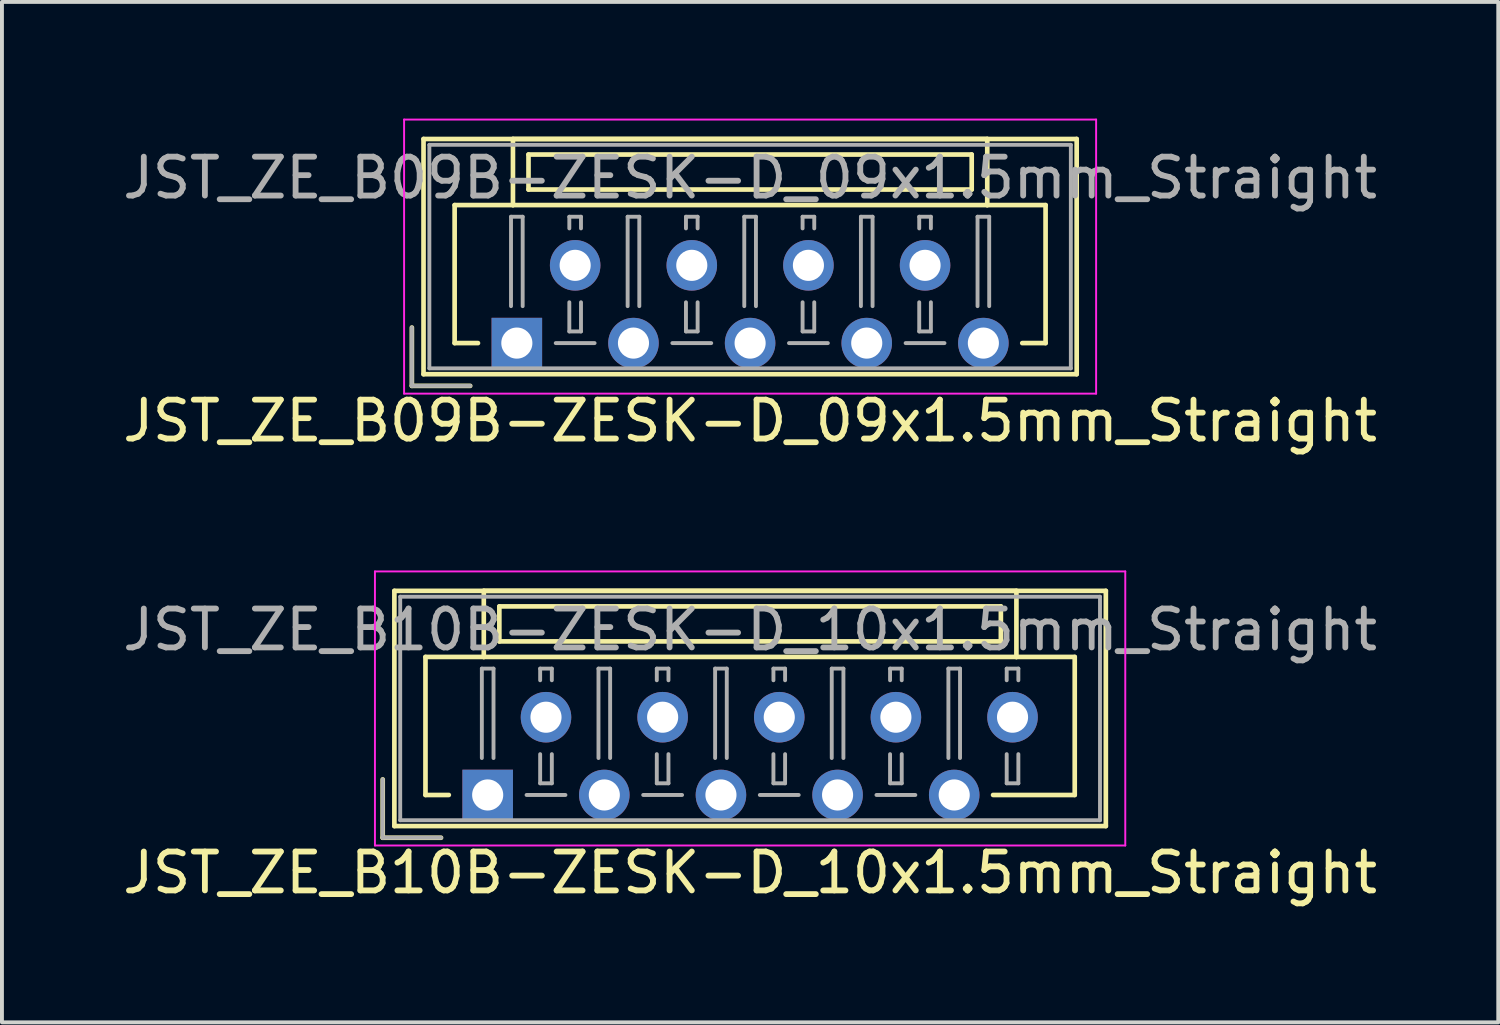
<source format=kicad_pcb>
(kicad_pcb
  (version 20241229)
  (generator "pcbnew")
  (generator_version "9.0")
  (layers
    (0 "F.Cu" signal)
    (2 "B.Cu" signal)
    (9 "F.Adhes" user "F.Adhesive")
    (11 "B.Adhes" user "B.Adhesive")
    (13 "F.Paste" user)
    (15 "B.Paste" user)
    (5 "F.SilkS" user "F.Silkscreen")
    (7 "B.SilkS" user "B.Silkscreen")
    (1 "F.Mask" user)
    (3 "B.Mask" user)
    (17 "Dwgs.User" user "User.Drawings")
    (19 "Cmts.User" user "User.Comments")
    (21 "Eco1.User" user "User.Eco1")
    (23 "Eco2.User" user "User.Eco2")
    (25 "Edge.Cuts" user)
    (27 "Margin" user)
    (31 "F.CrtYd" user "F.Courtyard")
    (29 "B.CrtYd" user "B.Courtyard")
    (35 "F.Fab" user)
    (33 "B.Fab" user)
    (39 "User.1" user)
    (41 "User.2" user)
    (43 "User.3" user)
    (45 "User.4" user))
  (footprint "JST_ZE_B10B-ZESK-D_10x1.5mm_Straight"
    (layer "F.Cu")
    (at 9.494 17.398)
    (property "Reference" "JST_ZE_B10B-ZESK-D_10x1.5mm_Straight" (at 6.75 2 0) (layer "F.SilkS") (effects (font (size 1 1) (thickness 0.15))))
    (attr through_hole)
    (fp_line (start -2.7 -0.4) (end -2.7 1.1) (stroke (width 0.12) (type solid)) (layer "F.SilkS"))
    (fp_line (start -2.7 1.1) (end -1.2 1.1) (stroke (width 0.12) (type solid)) (layer "F.SilkS"))
    (fp_line (start -2.4 -5.25) (end -2.4 0.8) (stroke (width 0.12) (type solid)) (layer "F.SilkS"))
    (fp_line (start -2.4 0.8) (end 15.9 0.8) (stroke (width 0.12) (type solid)) (layer "F.SilkS"))
    (fp_line (start -1.6 -3.55) (end -1.6 0) (stroke (width 0.12) (type solid)) (layer "F.SilkS"))
    (fp_line (start -1.6 0) (end -1 0) (stroke (width 0.12) (type solid)) (layer "F.SilkS"))
    (fp_line (start -0.1 -5.25) (end -0.1 -3.55) (stroke (width 0.12) (type solid)) (layer "F.SilkS"))
    (fp_line (start -0.1 -3.55) (end -1.6 -3.55) (stroke (width 0.12) (type solid)) (layer "F.SilkS"))
    (fp_line (start -0.1 -3.55) (end 13.6 -3.55) (stroke (width 0.12) (type solid)) (layer "F.SilkS"))
    (fp_line (start 0.3 -4.85) (end 0.3 -3.95) (stroke (width 0.12) (type solid)) (layer "F.SilkS"))
    (fp_line (start 0.3 -3.95) (end 13.2 -3.95) (stroke (width 0.12) (type solid)) (layer "F.SilkS"))
    (fp_line (start 13.2 -4.85) (end 0.3 -4.85) (stroke (width 0.12) (type solid)) (layer "F.SilkS"))
    (fp_line (start 13.2 -3.95) (end 13.2 -4.85) (stroke (width 0.12) (type solid)) (layer "F.SilkS"))
    (fp_line (start 13.6 -5.25) (end -0.1 -5.25) (stroke (width 0.12) (type solid)) (layer "F.SilkS"))
    (fp_line (start 13.6 -3.55) (end 13.6 -5.25) (stroke (width 0.12) (type solid)) (layer "F.SilkS"))
    (fp_line (start 13.6 -3.55) (end 15.1 -3.55) (stroke (width 0.12) (type solid)) (layer "F.SilkS"))
    (fp_line (start 15.1 -3.55) (end 15.1 0) (stroke (width 0.12) (type solid)) (layer "F.SilkS"))
    (fp_line (start 15.1 0) (end 13 0) (stroke (width 0.12) (type solid)) (layer "F.SilkS"))
    (fp_line (start 15.9 -5.25) (end -2.4 -5.25) (stroke (width 0.12) (type solid)) (layer "F.SilkS"))
    (fp_line (start 15.9 0.8) (end 15.9 -5.25) (stroke (width 0.12) (type solid)) (layer "F.SilkS"))
    (fp_line (start -2.9 -5.75) (end -2.9 1.3) (stroke (width 0.05) (type solid)) (layer "F.CrtYd"))
    (fp_line (start -2.9 1.3) (end 16.4 1.3) (stroke (width 0.05) (type solid)) (layer "F.CrtYd"))
    (fp_line (start 16.4 -5.75) (end -2.9 -5.75) (stroke (width 0.05) (type solid)) (layer "F.CrtYd"))
    (fp_line (start 16.4 1.3) (end 16.4 -5.75) (stroke (width 0.05) (type solid)) (layer "F.CrtYd"))
    (fp_line (start -2.7 -0.4) (end -2.7 1.1) (stroke (width 0.1) (type solid)) (layer "F.Fab"))
    (fp_line (start -2.7 1.1) (end -1.2 1.1) (stroke (width 0.1) (type solid)) (layer "F.Fab"))
    (fp_line (start -2.25 -5.1) (end -2.25 0.65) (stroke (width 0.1) (type solid)) (layer "F.Fab"))
    (fp_line (start -2.25 0.65) (end 15.75 0.65) (stroke (width 0.1) (type solid)) (layer "F.Fab"))
    (fp_line (start -0.15 -3.25) (end 0.15 -3.25) (stroke (width 0.1) (type solid)) (layer "F.Fab"))
    (fp_line (start -0.15 -0.95) (end -0.15 -3.25) (stroke (width 0.1) (type solid)) (layer "F.Fab"))
    (fp_line (start 0.15 -3.25) (end 0.15 -0.95) (stroke (width 0.1) (type solid)) (layer "F.Fab"))
    (fp_line (start 1 0) (end 2 0) (stroke (width 0.1) (type solid)) (layer "F.Fab"))
    (fp_line (start 1.35 -3.25) (end 1.65 -3.25) (stroke (width 0.1) (type solid)) (layer "F.Fab"))
    (fp_line (start 1.35 -2.95) (end 1.35 -3.25) (stroke (width 0.1) (type solid)) (layer "F.Fab"))
    (fp_line (start 1.35 -1.05) (end 1.35 -0.3) (stroke (width 0.1) (type solid)) (layer "F.Fab"))
    (fp_line (start 1.35 -0.3) (end 1.65 -0.3) (stroke (width 0.1) (type solid)) (layer "F.Fab"))
    (fp_line (start 1.65 -3.25) (end 1.65 -2.95) (stroke (width 0.1) (type solid)) (layer "F.Fab"))
    (fp_line (start 1.65 -0.3) (end 1.65 -1.05) (stroke (width 0.1) (type solid)) (layer "F.Fab"))
    (fp_line (start 2.85 -3.25) (end 3.15 -3.25) (stroke (width 0.1) (type solid)) (layer "F.Fab"))
    (fp_line (start 2.85 -0.95) (end 2.85 -3.25) (stroke (width 0.1) (type solid)) (layer "F.Fab"))
    (fp_line (start 3.15 -3.25) (end 3.15 -0.95) (stroke (width 0.1) (type solid)) (layer "F.Fab"))
    (fp_line (start 4 0) (end 5 0) (stroke (width 0.1) (type solid)) (layer "F.Fab"))
    (fp_line (start 4.35 -3.25) (end 4.65 -3.25) (stroke (width 0.1) (type solid)) (layer "F.Fab"))
    (fp_line (start 4.35 -2.95) (end 4.35 -3.25) (stroke (width 0.1) (type solid)) (layer "F.Fab"))
    (fp_line (start 4.35 -1.05) (end 4.35 -0.3) (stroke (width 0.1) (type solid)) (layer "F.Fab"))
    (fp_line (start 4.35 -0.3) (end 4.65 -0.3) (stroke (width 0.1) (type solid)) (layer "F.Fab"))
    (fp_line (start 4.65 -3.25) (end 4.65 -2.95) (stroke (width 0.1) (type solid)) (layer "F.Fab"))
    (fp_line (start 4.65 -0.3) (end 4.65 -1.05) (stroke (width 0.1) (type solid)) (layer "F.Fab"))
    (fp_line (start 5.85 -3.25) (end 6.15 -3.25) (stroke (width 0.1) (type solid)) (layer "F.Fab"))
    (fp_line (start 5.85 -0.95) (end 5.85 -3.25) (stroke (width 0.1) (type solid)) (layer "F.Fab"))
    (fp_line (start 6.15 -3.25) (end 6.15 -0.95) (stroke (width 0.1) (type solid)) (layer "F.Fab"))
    (fp_line (start 7 0) (end 8 0) (stroke (width 0.1) (type solid)) (layer "F.Fab"))
    (fp_line (start 7.35 -3.25) (end 7.65 -3.25) (stroke (width 0.1) (type solid)) (layer "F.Fab"))
    (fp_line (start 7.35 -2.95) (end 7.35 -3.25) (stroke (width 0.1) (type solid)) (layer "F.Fab"))
    (fp_line (start 7.35 -1.05) (end 7.35 -0.3) (stroke (width 0.1) (type solid)) (layer "F.Fab"))
    (fp_line (start 7.35 -0.3) (end 7.65 -0.3) (stroke (width 0.1) (type solid)) (layer "F.Fab"))
    (fp_line (start 7.65 -3.25) (end 7.65 -2.95) (stroke (width 0.1) (type solid)) (layer "F.Fab"))
    (fp_line (start 7.65 -0.3) (end 7.65 -1.05) (stroke (width 0.1) (type solid)) (layer "F.Fab"))
    (fp_line (start 8.85 -3.25) (end 9.15 -3.25) (stroke (width 0.1) (type solid)) (layer "F.Fab"))
    (fp_line (start 8.85 -0.95) (end 8.85 -3.25) (stroke (width 0.1) (type solid)) (layer "F.Fab"))
    (fp_line (start 9.15 -3.25) (end 9.15 -0.95) (stroke (width 0.1) (type solid)) (layer "F.Fab"))
    (fp_line (start 10 0) (end 11 0) (stroke (width 0.1) (type solid)) (layer "F.Fab"))
    (fp_line (start 10.35 -3.25) (end 10.65 -3.25) (stroke (width 0.1) (type solid)) (layer "F.Fab"))
    (fp_line (start 10.35 -2.95) (end 10.35 -3.25) (stroke (width 0.1) (type solid)) (layer "F.Fab"))
    (fp_line (start 10.35 -1.05) (end 10.35 -0.3) (stroke (width 0.1) (type solid)) (layer "F.Fab"))
    (fp_line (start 10.35 -0.3) (end 10.65 -0.3) (stroke (width 0.1) (type solid)) (layer "F.Fab"))
    (fp_line (start 10.65 -3.25) (end 10.65 -2.95) (stroke (width 0.1) (type solid)) (layer "F.Fab"))
    (fp_line (start 10.65 -0.3) (end 10.65 -1.05) (stroke (width 0.1) (type solid)) (layer "F.Fab"))
    (fp_line (start 11.85 -3.25) (end 12.15 -3.25) (stroke (width 0.1) (type solid)) (layer "F.Fab"))
    (fp_line (start 11.85 -0.95) (end 11.85 -3.25) (stroke (width 0.1) (type solid)) (layer "F.Fab"))
    (fp_line (start 12.15 -3.25) (end 12.15 -0.95) (stroke (width 0.1) (type solid)) (layer "F.Fab"))
    (fp_line (start 13.35 -3.25) (end 13.65 -3.25) (stroke (width 0.1) (type solid)) (layer "F.Fab"))
    (fp_line (start 13.35 -2.95) (end 13.35 -3.25) (stroke (width 0.1) (type solid)) (layer "F.Fab"))
    (fp_line (start 13.35 -1.05) (end 13.35 -0.3) (stroke (width 0.1) (type solid)) (layer "F.Fab"))
    (fp_line (start 13.35 -0.3) (end 13.65 -0.3) (stroke (width 0.1) (type solid)) (layer "F.Fab"))
    (fp_line (start 13.65 -3.25) (end 13.65 -2.95) (stroke (width 0.1) (type solid)) (layer "F.Fab"))
    (fp_line (start 13.65 -0.3) (end 13.65 -1.05) (stroke (width 0.1) (type solid)) (layer "F.Fab"))
    (fp_line (start 15.75 -5.1) (end -2.25 -5.1) (stroke (width 0.1) (type solid)) (layer "F.Fab"))
    (fp_line (start 15.75 0.65) (end 15.75 -5.1) (stroke (width 0.1) (type solid)) (layer "F.Fab"))
    (fp_text user "${REFERENCE}" (at 6.75 -4.25 0) (layer "F.Fab") (effects (font (size 1 1) (thickness 0.15))))
    (pad "1" thru_hole rect (at 0 0) (size 1.3 1.3) (drill 0.8) (layers "*.Cu" "*.Mask"))
    (pad "2" thru_hole circle (at 1.5 -2) (size 1.3 1.3) (drill 0.8) (layers "*.Cu" "*.Mask"))
    (pad "3" thru_hole circle (at 3 0) (size 1.3 1.3) (drill 0.8) (layers "*.Cu" "*.Mask"))
    (pad "4" thru_hole circle (at 4.5 -2) (size 1.3 1.3) (drill 0.8) (layers "*.Cu" "*.Mask"))
    (pad "5" thru_hole circle (at 6 0) (size 1.3 1.3) (drill 0.8) (layers "*.Cu" "*.Mask"))
    (pad "6" thru_hole circle (at 7.5 -2) (size 1.3 1.3) (drill 0.8) (layers "*.Cu" "*.Mask"))
    (pad "7" thru_hole circle (at 9 0) (size 1.3 1.3) (drill 0.8) (layers "*.Cu" "*.Mask"))
    (pad "8" thru_hole circle (at 10.5 -2) (size 1.3 1.3) (drill 0.8) (layers "*.Cu" "*.Mask"))
    (pad "9" thru_hole circle (at 12 0) (size 1.3 1.3) (drill 0.8) (layers "*.Cu" "*.Mask"))
    (pad "10" thru_hole circle (at 13.5 -2) (size 1.3 1.3) (drill 0.8) (layers "*.Cu" "*.Mask")))
  (footprint "JST_ZE_B09B-ZESK-D_09x1.5mm_Straight"
    (layer "F.Cu")
    (at 10.244 5.775)
    (property "Reference" "JST_ZE_B09B-ZESK-D_09x1.5mm_Straight" (at 6 2 0) (layer "F.SilkS") (effects (font (size 1 1) (thickness 0.15))))
    (attr through_hole)
    (fp_line (start -2.7 -0.4) (end -2.7 1.1) (stroke (width 0.12) (type solid)) (layer "F.SilkS"))
    (fp_line (start -2.7 1.1) (end -1.2 1.1) (stroke (width 0.12) (type solid)) (layer "F.SilkS"))
    (fp_line (start -2.4 -5.25) (end -2.4 0.8) (stroke (width 0.12) (type solid)) (layer "F.SilkS"))
    (fp_line (start -2.4 0.8) (end 14.4 0.8) (stroke (width 0.12) (type solid)) (layer "F.SilkS"))
    (fp_line (start -1.6 -3.55) (end -1.6 0) (stroke (width 0.12) (type solid)) (layer "F.SilkS"))
    (fp_line (start -1.6 0) (end -1 0) (stroke (width 0.12) (type solid)) (layer "F.SilkS"))
    (fp_line (start -0.1 -5.25) (end -0.1 -3.55) (stroke (width 0.12) (type solid)) (layer "F.SilkS"))
    (fp_line (start -0.1 -3.55) (end -1.6 -3.55) (stroke (width 0.12) (type solid)) (layer "F.SilkS"))
    (fp_line (start -0.1 -3.55) (end 12.1 -3.55) (stroke (width 0.12) (type solid)) (layer "F.SilkS"))
    (fp_line (start 0.3 -4.85) (end 0.3 -3.95) (stroke (width 0.12) (type solid)) (layer "F.SilkS"))
    (fp_line (start 0.3 -3.95) (end 11.7 -3.95) (stroke (width 0.12) (type solid)) (layer "F.SilkS"))
    (fp_line (start 11.7 -4.85) (end 0.3 -4.85) (stroke (width 0.12) (type solid)) (layer "F.SilkS"))
    (fp_line (start 11.7 -3.95) (end 11.7 -4.85) (stroke (width 0.12) (type solid)) (layer "F.SilkS"))
    (fp_line (start 12.1 -5.25) (end -0.1 -5.25) (stroke (width 0.12) (type solid)) (layer "F.SilkS"))
    (fp_line (start 12.1 -3.55) (end 12.1 -5.25) (stroke (width 0.12) (type solid)) (layer "F.SilkS"))
    (fp_line (start 12.1 -3.55) (end 13.6 -3.55) (stroke (width 0.12) (type solid)) (layer "F.SilkS"))
    (fp_line (start 13.6 -3.55) (end 13.6 0) (stroke (width 0.12) (type solid)) (layer "F.SilkS"))
    (fp_line (start 13.6 0) (end 13 0) (stroke (width 0.12) (type solid)) (layer "F.SilkS"))
    (fp_line (start 14.4 -5.25) (end -2.4 -5.25) (stroke (width 0.12) (type solid)) (layer "F.SilkS"))
    (fp_line (start 14.4 0.8) (end 14.4 -5.25) (stroke (width 0.12) (type solid)) (layer "F.SilkS"))
    (fp_line (start -2.9 -5.75) (end -2.9 1.3) (stroke (width 0.05) (type solid)) (layer "F.CrtYd"))
    (fp_line (start -2.9 1.3) (end 14.9 1.3) (stroke (width 0.05) (type solid)) (layer "F.CrtYd"))
    (fp_line (start 14.9 -5.75) (end -2.9 -5.75) (stroke (width 0.05) (type solid)) (layer "F.CrtYd"))
    (fp_line (start 14.9 1.3) (end 14.9 -5.75) (stroke (width 0.05) (type solid)) (layer "F.CrtYd"))
    (fp_line (start -2.7 -0.4) (end -2.7 1.1) (stroke (width 0.1) (type solid)) (layer "F.Fab"))
    (fp_line (start -2.7 1.1) (end -1.2 1.1) (stroke (width 0.1) (type solid)) (layer "F.Fab"))
    (fp_line (start -2.25 -5.1) (end -2.25 0.65) (stroke (width 0.1) (type solid)) (layer "F.Fab"))
    (fp_line (start -2.25 0.65) (end 14.25 0.65) (stroke (width 0.1) (type solid)) (layer "F.Fab"))
    (fp_line (start -0.15 -3.25) (end 0.15 -3.25) (stroke (width 0.1) (type solid)) (layer "F.Fab"))
    (fp_line (start -0.15 -0.95) (end -0.15 -3.25) (stroke (width 0.1) (type solid)) (layer "F.Fab"))
    (fp_line (start 0.15 -3.25) (end 0.15 -0.95) (stroke (width 0.1) (type solid)) (layer "F.Fab"))
    (fp_line (start 1 0) (end 2 0) (stroke (width 0.1) (type solid)) (layer "F.Fab"))
    (fp_line (start 1.35 -3.25) (end 1.65 -3.25) (stroke (width 0.1) (type solid)) (layer "F.Fab"))
    (fp_line (start 1.35 -2.95) (end 1.35 -3.25) (stroke (width 0.1) (type solid)) (layer "F.Fab"))
    (fp_line (start 1.35 -1.05) (end 1.35 -0.3) (stroke (width 0.1) (type solid)) (layer "F.Fab"))
    (fp_line (start 1.35 -0.3) (end 1.65 -0.3) (stroke (width 0.1) (type solid)) (layer "F.Fab"))
    (fp_line (start 1.65 -3.25) (end 1.65 -2.95) (stroke (width 0.1) (type solid)) (layer "F.Fab"))
    (fp_line (start 1.65 -0.3) (end 1.65 -1.05) (stroke (width 0.1) (type solid)) (layer "F.Fab"))
    (fp_line (start 2.85 -3.25) (end 3.15 -3.25) (stroke (width 0.1) (type solid)) (layer "F.Fab"))
    (fp_line (start 2.85 -0.95) (end 2.85 -3.25) (stroke (width 0.1) (type solid)) (layer "F.Fab"))
    (fp_line (start 3.15 -3.25) (end 3.15 -0.95) (stroke (width 0.1) (type solid)) (layer "F.Fab"))
    (fp_line (start 4 0) (end 5 0) (stroke (width 0.1) (type solid)) (layer "F.Fab"))
    (fp_line (start 4.35 -3.25) (end 4.65 -3.25) (stroke (width 0.1) (type solid)) (layer "F.Fab"))
    (fp_line (start 4.35 -2.95) (end 4.35 -3.25) (stroke (width 0.1) (type solid)) (layer "F.Fab"))
    (fp_line (start 4.35 -1.05) (end 4.35 -0.3) (stroke (width 0.1) (type solid)) (layer "F.Fab"))
    (fp_line (start 4.35 -0.3) (end 4.65 -0.3) (stroke (width 0.1) (type solid)) (layer "F.Fab"))
    (fp_line (start 4.65 -3.25) (end 4.65 -2.95) (stroke (width 0.1) (type solid)) (layer "F.Fab"))
    (fp_line (start 4.65 -0.3) (end 4.65 -1.05) (stroke (width 0.1) (type solid)) (layer "F.Fab"))
    (fp_line (start 5.85 -3.25) (end 6.15 -3.25) (stroke (width 0.1) (type solid)) (layer "F.Fab"))
    (fp_line (start 5.85 -0.95) (end 5.85 -3.25) (stroke (width 0.1) (type solid)) (layer "F.Fab"))
    (fp_line (start 6.15 -3.25) (end 6.15 -0.95) (stroke (width 0.1) (type solid)) (layer "F.Fab"))
    (fp_line (start 7 0) (end 8 0) (stroke (width 0.1) (type solid)) (layer "F.Fab"))
    (fp_line (start 7.35 -3.25) (end 7.65 -3.25) (stroke (width 0.1) (type solid)) (layer "F.Fab"))
    (fp_line (start 7.35 -2.95) (end 7.35 -3.25) (stroke (width 0.1) (type solid)) (layer "F.Fab"))
    (fp_line (start 7.35 -1.05) (end 7.35 -0.3) (stroke (width 0.1) (type solid)) (layer "F.Fab"))
    (fp_line (start 7.35 -0.3) (end 7.65 -0.3) (stroke (width 0.1) (type solid)) (layer "F.Fab"))
    (fp_line (start 7.65 -3.25) (end 7.65 -2.95) (stroke (width 0.1) (type solid)) (layer "F.Fab"))
    (fp_line (start 7.65 -0.3) (end 7.65 -1.05) (stroke (width 0.1) (type solid)) (layer "F.Fab"))
    (fp_line (start 8.85 -3.25) (end 9.15 -3.25) (stroke (width 0.1) (type solid)) (layer "F.Fab"))
    (fp_line (start 8.85 -0.95) (end 8.85 -3.25) (stroke (width 0.1) (type solid)) (layer "F.Fab"))
    (fp_line (start 9.15 -3.25) (end 9.15 -0.95) (stroke (width 0.1) (type solid)) (layer "F.Fab"))
    (fp_line (start 10 0) (end 11 0) (stroke (width 0.1) (type solid)) (layer "F.Fab"))
    (fp_line (start 10.35 -3.25) (end 10.65 -3.25) (stroke (width 0.1) (type solid)) (layer "F.Fab"))
    (fp_line (start 10.35 -2.95) (end 10.35 -3.25) (stroke (width 0.1) (type solid)) (layer "F.Fab"))
    (fp_line (start 10.35 -1.05) (end 10.35 -0.3) (stroke (width 0.1) (type solid)) (layer "F.Fab"))
    (fp_line (start 10.35 -0.3) (end 10.65 -0.3) (stroke (width 0.1) (type solid)) (layer "F.Fab"))
    (fp_line (start 10.65 -3.25) (end 10.65 -2.95) (stroke (width 0.1) (type solid)) (layer "F.Fab"))
    (fp_line (start 10.65 -0.3) (end 10.65 -1.05) (stroke (width 0.1) (type solid)) (layer "F.Fab"))
    (fp_line (start 11.85 -3.25) (end 12.15 -3.25) (stroke (width 0.1) (type solid)) (layer "F.Fab"))
    (fp_line (start 11.85 -0.95) (end 11.85 -3.25) (stroke (width 0.1) (type solid)) (layer "F.Fab"))
    (fp_line (start 12.15 -3.25) (end 12.15 -0.95) (stroke (width 0.1) (type solid)) (layer "F.Fab"))
    (fp_line (start 14.25 -5.1) (end -2.25 -5.1) (stroke (width 0.1) (type solid)) (layer "F.Fab"))
    (fp_line (start 14.25 0.65) (end 14.25 -5.1) (stroke (width 0.1) (type solid)) (layer "F.Fab"))
    (fp_text user "${REFERENCE}" (at 6 -4.25 0) (layer "F.Fab") (effects (font (size 1 1) (thickness 0.15))))
    (pad "1" thru_hole rect (at 0 0) (size 1.3 1.3) (drill 0.8) (layers "*.Cu" "*.Mask"))
    (pad "2" thru_hole circle (at 1.5 -2) (size 1.3 1.3) (drill 0.8) (layers "*.Cu" "*.Mask"))
    (pad "3" thru_hole circle (at 3 0) (size 1.3 1.3) (drill 0.8) (layers "*.Cu" "*.Mask"))
    (pad "4" thru_hole circle (at 4.5 -2) (size 1.3 1.3) (drill 0.8) (layers "*.Cu" "*.Mask"))
    (pad "5" thru_hole circle (at 6 0) (size 1.3 1.3) (drill 0.8) (layers "*.Cu" "*.Mask"))
    (pad "6" thru_hole circle (at 7.5 -2) (size 1.3 1.3) (drill 0.8) (layers "*.Cu" "*.Mask"))
    (pad "7" thru_hole circle (at 9 0) (size 1.3 1.3) (drill 0.8) (layers "*.Cu" "*.Mask"))
    (pad "8" thru_hole circle (at 10.5 -2) (size 1.3 1.3) (drill 0.8) (layers "*.Cu" "*.Mask"))
    (pad "9" thru_hole circle (at 12 0) (size 1.3 1.3) (drill 0.8) (layers "*.Cu" "*.Mask")))
  (gr_rect
    (start -3 -3)
    (end 35.488 23.247)
    (stroke (width 0.1) (type default))
    (fill no)
    (layer "Edge.Cuts")))
</source>
